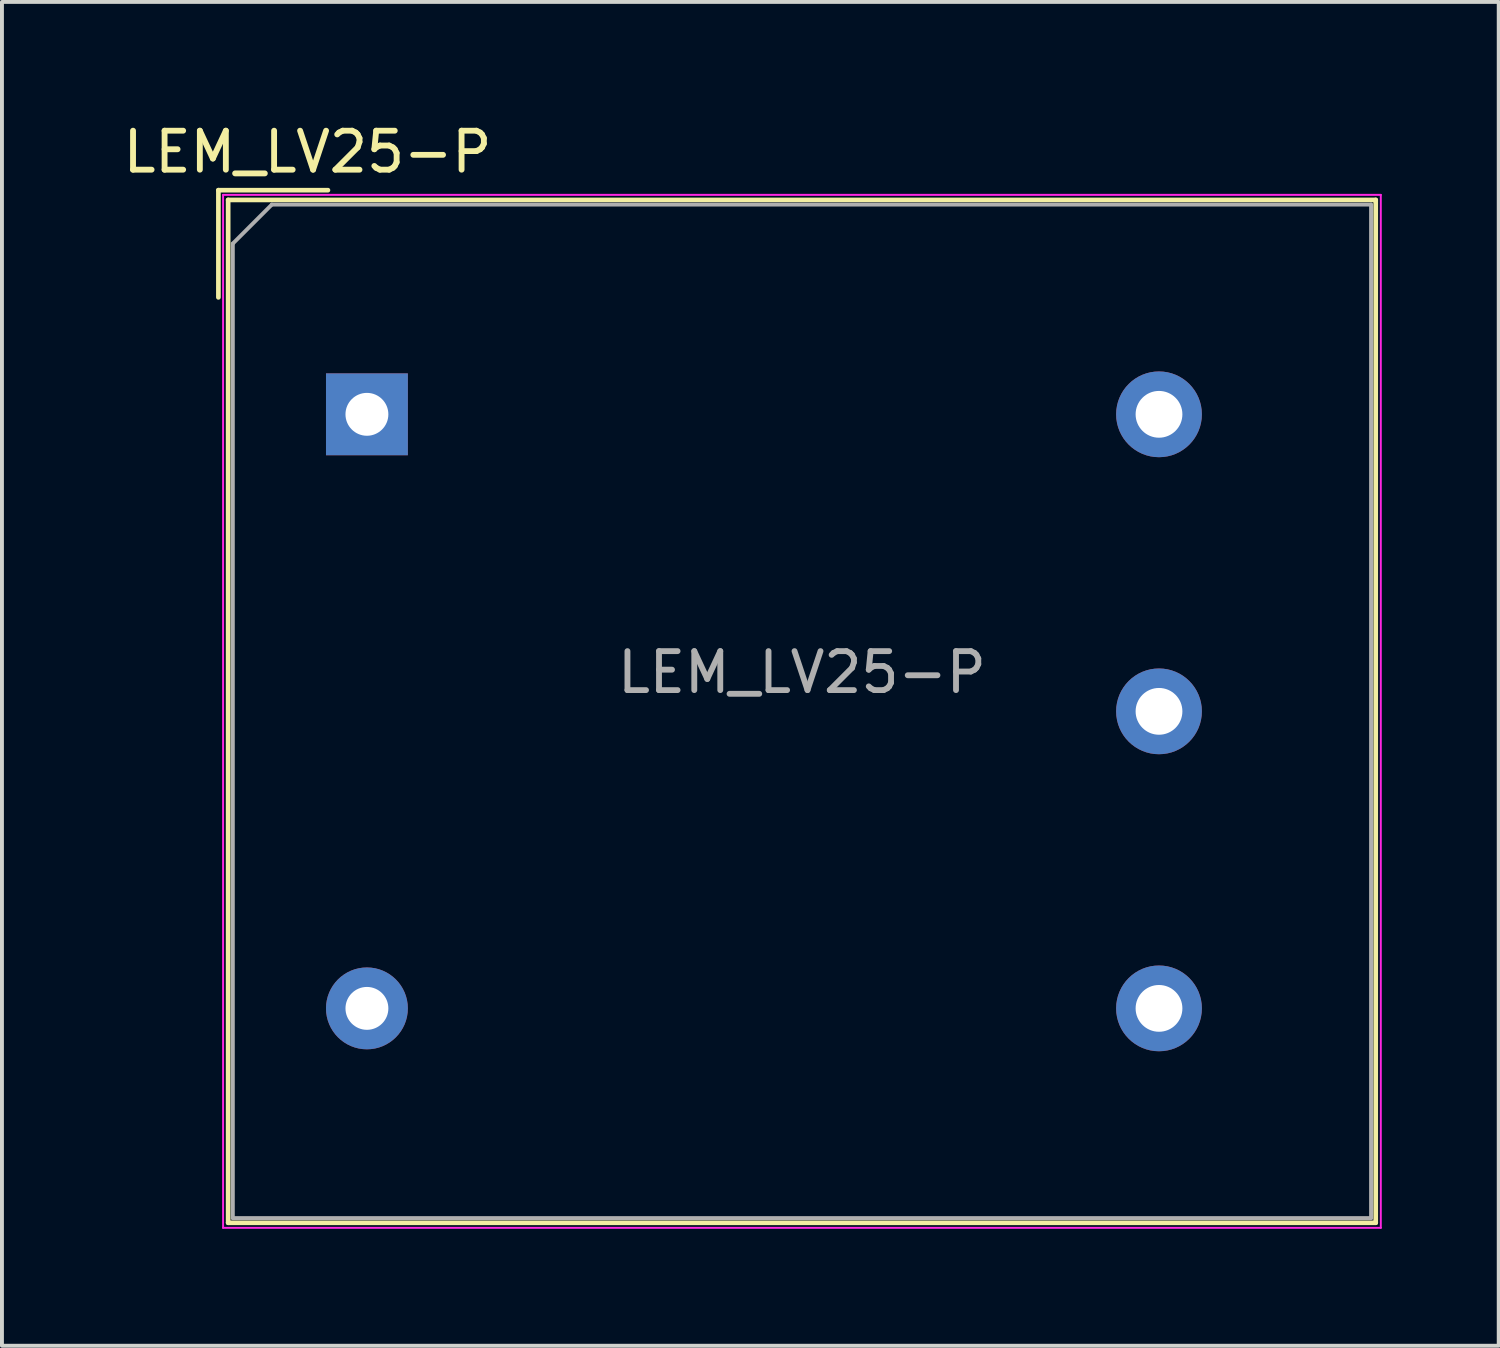
<source format=kicad_pcb>
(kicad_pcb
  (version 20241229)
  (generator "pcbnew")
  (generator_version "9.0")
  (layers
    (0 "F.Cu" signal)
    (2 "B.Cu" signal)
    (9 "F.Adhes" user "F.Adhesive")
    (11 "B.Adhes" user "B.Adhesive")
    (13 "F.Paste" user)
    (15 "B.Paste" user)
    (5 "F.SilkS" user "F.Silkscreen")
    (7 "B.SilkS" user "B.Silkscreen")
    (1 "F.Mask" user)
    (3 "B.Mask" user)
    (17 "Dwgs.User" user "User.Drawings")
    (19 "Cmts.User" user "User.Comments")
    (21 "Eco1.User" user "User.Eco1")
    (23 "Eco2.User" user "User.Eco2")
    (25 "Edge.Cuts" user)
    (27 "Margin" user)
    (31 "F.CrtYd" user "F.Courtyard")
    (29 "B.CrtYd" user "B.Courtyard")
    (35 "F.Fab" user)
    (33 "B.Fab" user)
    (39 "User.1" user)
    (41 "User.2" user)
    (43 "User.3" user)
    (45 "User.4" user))
  (footprint "LEM_LV25-P"
    (layer "F.Cu")
    (at 6.363 7.579)
    (property "Reference" "LEM_LV25-P" (at -1.524 -6.731 180) (layer "F.SilkS") (effects (font (size 1 1) (thickness 0.15))))
    (attr through_hole)
    (fp_line (start -3.81 -5.75) (end -3.81 -3) (stroke (width 0.12) (type solid)) (layer "F.SilkS"))
    (fp_line (start -3.81 -5.75) (end -1 -5.75) (stroke (width 0.12) (type solid)) (layer "F.SilkS"))
    (fp_line (start -3.56 -5.5) (end 25.88 -5.5) (stroke (width 0.12) (type solid)) (layer "F.SilkS"))
    (fp_line (start -3.56 20.74) (end -3.56 -5.5) (stroke (width 0.12) (type solid)) (layer "F.SilkS"))
    (fp_line (start 25.88 -5.5) (end 25.88 20.74) (stroke (width 0.12) (type solid)) (layer "F.SilkS"))
    (fp_line (start 25.88 20.74) (end -3.56 20.74) (stroke (width 0.12) (type solid)) (layer "F.SilkS"))
    (fp_line (start -3.69 20.87) (end -3.69 -5.63) (stroke (width 0.05) (type solid)) (layer "F.CrtYd"))
    (fp_line (start -3.69 20.87) (end 26.01 20.87) (stroke (width 0.05) (type solid)) (layer "F.CrtYd"))
    (fp_line (start 26.01 -5.63) (end -3.69 -5.63) (stroke (width 0.05) (type solid)) (layer "F.CrtYd"))
    (fp_line (start 26.01 -5.63) (end 26.01 20.87) (stroke (width 0.05) (type solid)) (layer "F.CrtYd"))
    (fp_line (start -3.44 -4.38) (end -2.44 -5.38) (stroke (width 0.1) (type solid)) (layer "F.Fab"))
    (fp_line (start -3.44 20.62) (end -3.44 -4.38) (stroke (width 0.1) (type solid)) (layer "F.Fab"))
    (fp_line (start -2.44 -5.38) (end 25.76 -5.38) (stroke (width 0.1) (type solid)) (layer "F.Fab"))
    (fp_line (start 25.76 -5.38) (end 25.76 20.62) (stroke (width 0.1) (type solid)) (layer "F.Fab"))
    (fp_line (start 25.76 20.62) (end -3.44 20.62) (stroke (width 0.1) (type solid)) (layer "F.Fab"))
    (fp_text user "${REFERENCE}" (at 11.16 6.62 180) (layer "F.Fab") (effects (font (size 1 1) (thickness 0.15))))
    (pad "1" thru_hole rect (at 0 0) (size 2.1 2.1) (drill 1.1) (layers "*.Cu" "*.Mask"))
    (pad "3" thru_hole circle (at 0 15.24) (size 2.1 2.1) (drill 1.1) (layers "*.Cu" "*.Mask"))
    (pad "4" thru_hole circle (at 20.32 15.24) (size 2.2 2.2) (drill 1.2) (layers "*.Cu" "*.Mask"))
    (pad "5" thru_hole circle (at 20.32 7.62) (size 2.2 2.2) (drill 1.2) (layers "*.Cu" "*.Mask"))
    (pad "6" thru_hole circle (at 20.32 0) (size 2.2 2.2) (drill 1.2) (layers "*.Cu" "*.Mask")))
  (gr_rect
    (start -3 -3)
    (end 35.398 31.474)
    (stroke (width 0.1) (type default))
    (fill no)
    (layer "Edge.Cuts")))
</source>
